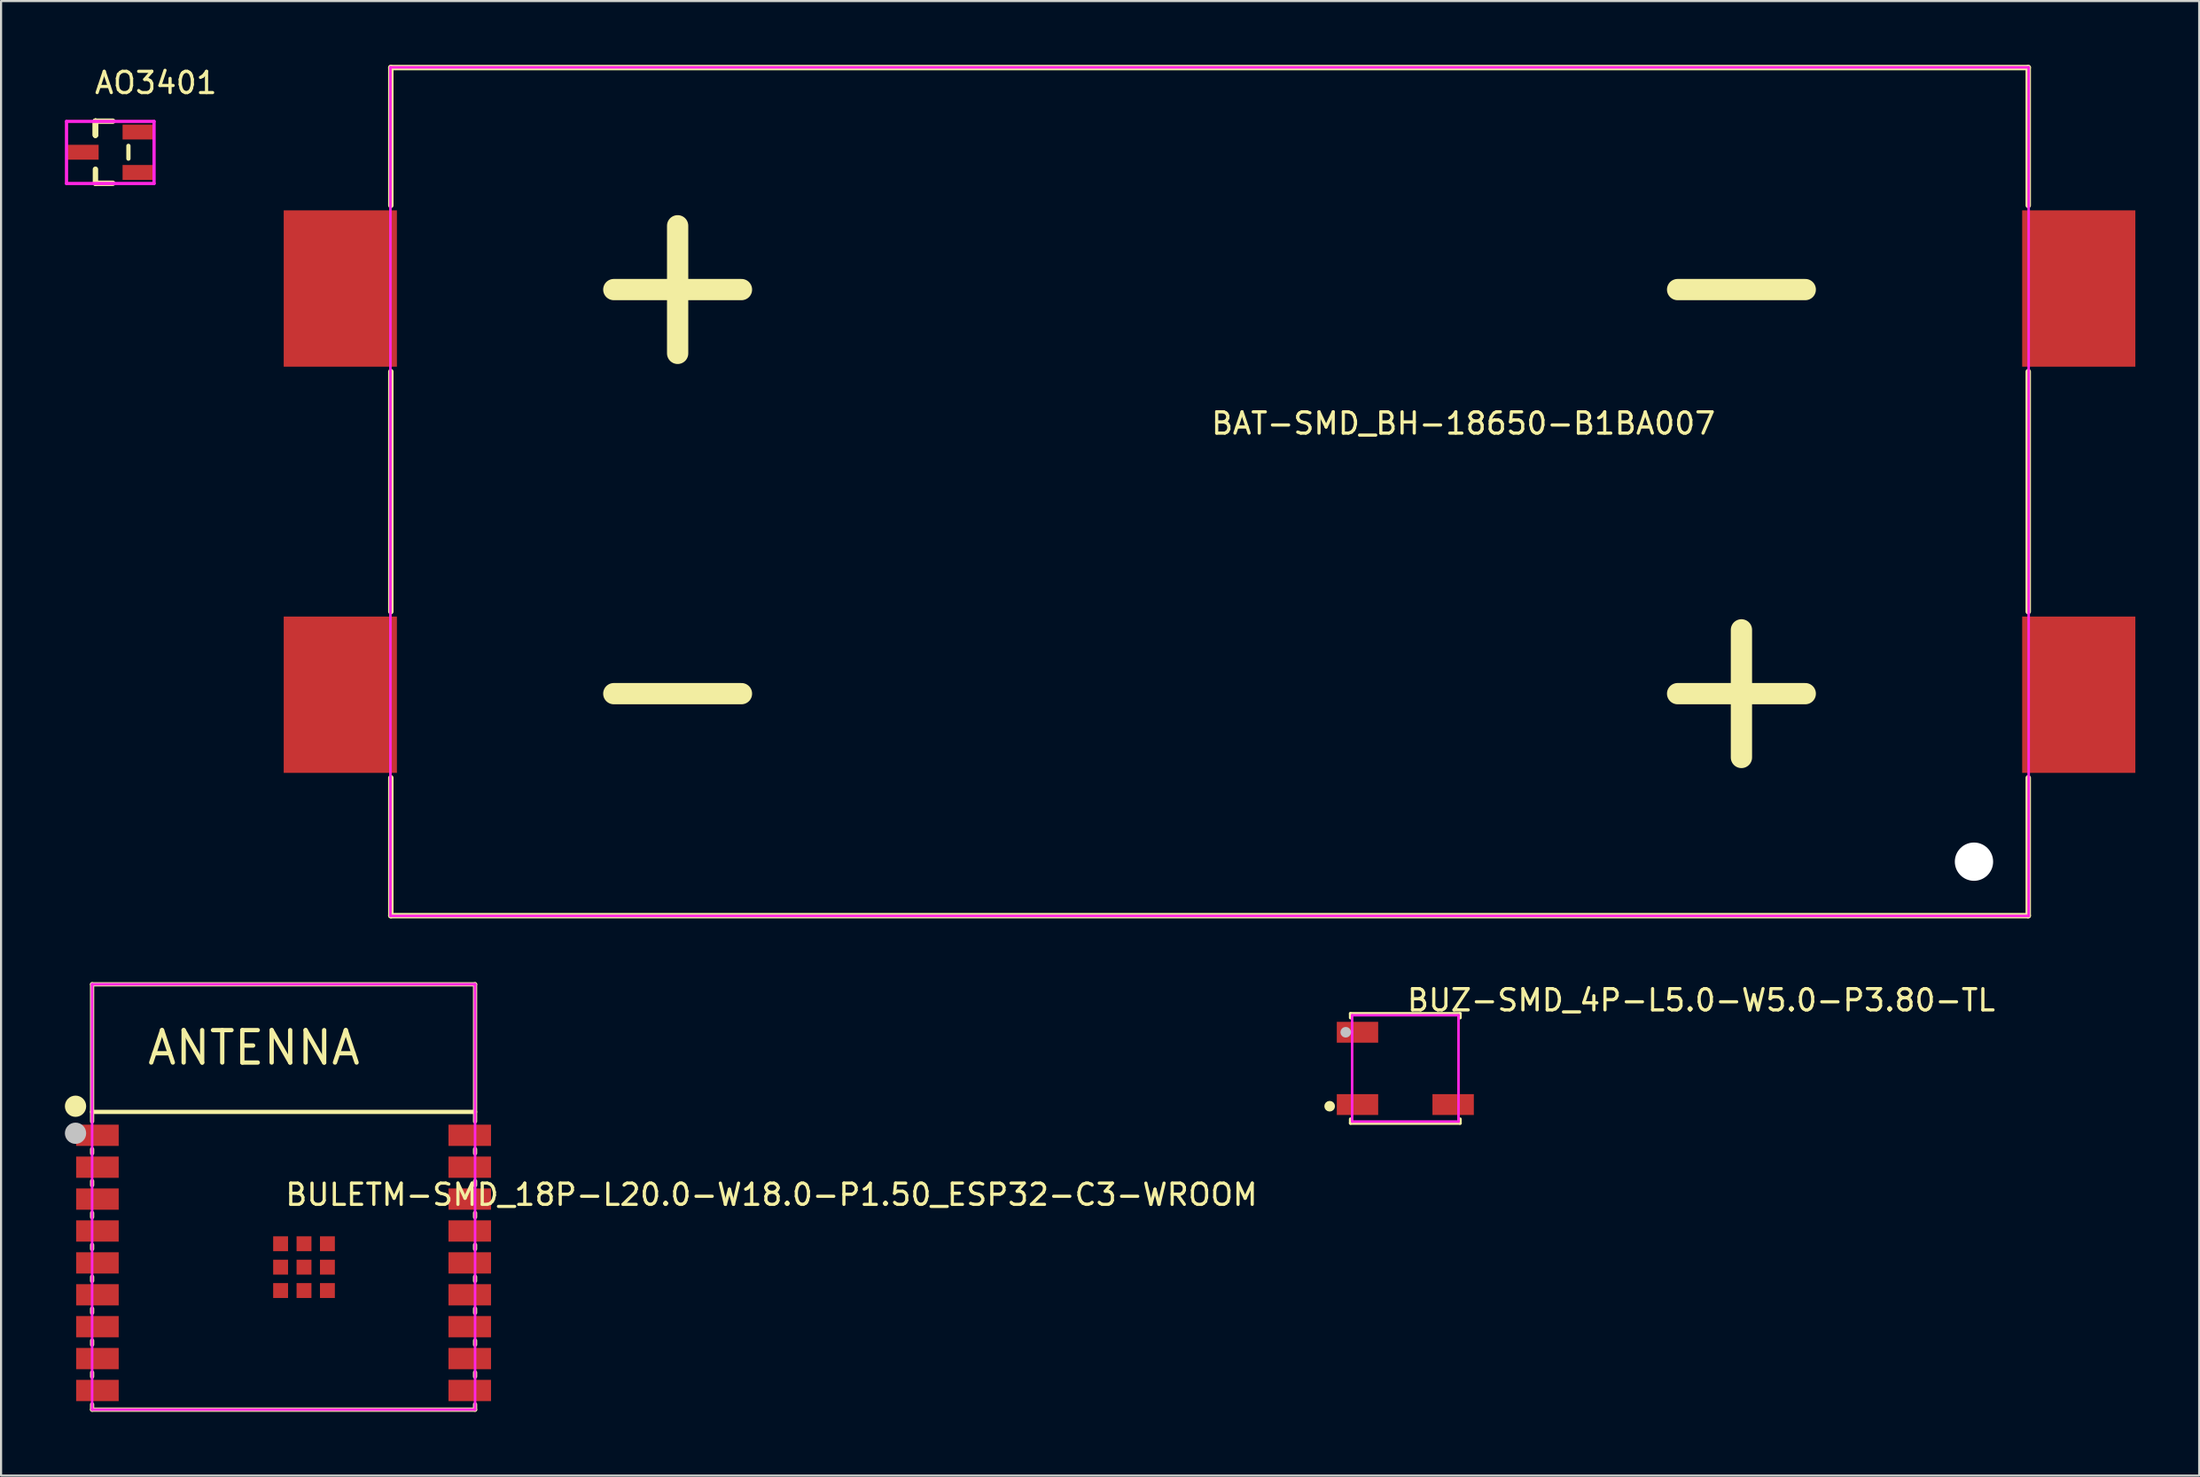
<source format=kicad_pcb>
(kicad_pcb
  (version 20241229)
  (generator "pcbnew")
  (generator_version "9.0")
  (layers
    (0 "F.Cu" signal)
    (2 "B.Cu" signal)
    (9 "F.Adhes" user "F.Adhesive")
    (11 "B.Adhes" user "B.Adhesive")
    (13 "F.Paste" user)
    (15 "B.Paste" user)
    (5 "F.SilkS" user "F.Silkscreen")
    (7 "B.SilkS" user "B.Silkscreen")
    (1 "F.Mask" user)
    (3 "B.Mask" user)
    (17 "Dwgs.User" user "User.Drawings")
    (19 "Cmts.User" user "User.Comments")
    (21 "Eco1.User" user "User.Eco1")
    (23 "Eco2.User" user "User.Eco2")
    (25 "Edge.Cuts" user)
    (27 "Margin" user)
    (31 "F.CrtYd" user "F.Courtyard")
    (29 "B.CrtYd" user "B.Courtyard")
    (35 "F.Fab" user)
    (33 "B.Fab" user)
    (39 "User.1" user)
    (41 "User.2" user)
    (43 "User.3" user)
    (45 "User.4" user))
  (footprint "BUZ-SMD_4P-L5.0-W5.0-P3.80-TL"
    (layer "F.Cu")
    (at 63.002 47.187)
    (property "Reference" "BUZ-SMD_4P-L5.0-W5.0-P3.80-TL" (at 0 -3.207 0) (layer "F.SilkS") (effects (font (size 1 1) (thickness 0.15)) (justify left)))
    (attr through_hole)
    (fp_line (start -2.576 -2.576) (end 2.576 -2.576) (stroke (width 0.152) (type solid)) (layer "F.SilkS"))
    (fp_line (start -2.576 -2.381) (end -2.576 -2.576) (stroke (width 0.152) (type solid)) (layer "F.SilkS"))
    (fp_line (start -2.576 2.381) (end -2.576 2.576) (stroke (width 0.152) (type solid)) (layer "F.SilkS"))
    (fp_line (start -2.576 2.576) (end 2.576 2.576) (stroke (width 0.152) (type solid)) (layer "F.SilkS"))
    (fp_line (start 2.576 -2.576) (end 2.576 -2.381) (stroke (width 0.152) (type solid)) (layer "F.SilkS"))
    (fp_line (start 2.576 2.576) (end 2.576 2.381) (stroke (width 0.152) (type solid)) (layer "F.SilkS"))
    (fp_circle (center -3.556 1.778) (end -3.431 1.778) (stroke (width 0.25) (type solid)) (fill no) (layer "F.SilkS"))
    (fp_circle (center -2.8 -1.7) (end -2.675 -1.7) (stroke (width 0.25) (type solid)) (fill no) (layer "Dwgs.User"))
    (fp_circle (center -2.413 -2.47) (end -2.383 -2.47) (stroke (width 0.06) (type solid)) (fill no) (layer "Eco2.User"))
    (fp_poly (pts (xy -2.5 -2.05) (xy -1.3 -2.05) (xy -1.3 -1.35) (xy -2.5 -1.35)) (stroke (width 0.12) (type solid)) (fill no) (layer "Eco2.User"))
    (fp_poly (pts (xy -2.5 1.35) (xy -1.3 1.35) (xy -1.3 2.05) (xy -2.5 2.05)) (stroke (width 0.12) (type solid)) (fill no) (layer "Eco2.User"))
    (fp_poly (pts (xy 2.5 1.35) (xy 1.3 1.35) (xy 1.3 2.05) (xy 2.5 2.05)) (stroke (width 0.12) (type solid)) (fill no) (layer "Eco2.User"))
    (fp_line (start -2.5 -2.5) (end 2.5 -2.5) (stroke (width 0.12) (type solid)) (layer "F.CrtYd"))
    (fp_line (start -2.5 2.5) (end -2.5 -2.5) (stroke (width 0.12) (type solid)) (layer "F.CrtYd"))
    (fp_line (start 2.5 -2.5) (end 2.5 2.5) (stroke (width 0.12) (type solid)) (layer "F.CrtYd"))
    (fp_line (start 2.5 2.5) (end -2.5 2.5) (stroke (width 0.12) (type solid)) (layer "F.CrtYd"))
    (pad "1" smd rect (at -2.248 1.7 270) (size 0.98 1.945) (layers "F.Cu" "F.Mask" "F.Paste"))
    (pad "2" smd rect (at 2.248 1.7 270) (size 0.98 1.945) (layers "F.Cu" "F.Mask" "F.Paste"))
    (pad "3" smd rect (at -2.248 -1.7 270) (size 0.98 1.945) (layers "F.Cu" "F.Mask" "F.Paste")))
  (footprint "BULETM-SMD_18P-L20.0-W18.0-P1.50_ESP32-C3-WROOM"
    (layer "F.Cu")
    (at 10.279 56.332)
    (property "Reference" "BULETM-SMD_18P-L20.0-W18.0-P1.50_ESP32-C3-WROOM" (at 0 -3.207 0) (layer "F.SilkS") (effects (font (size 1 1) (thickness 0.15)) (justify left)))
    (attr through_hole)
    (fp_line (start -9 -13.1) (end -9 -6.654) (stroke (width 0.2) (type solid)) (layer "F.SilkS"))
    (fp_line (start -9 -7.1) (end 9 -7.1) (stroke (width 0.2) (type solid)) (layer "F.SilkS"))
    (fp_line (start -9 -5.346) (end -9 -5.154) (stroke (width 0.2) (type solid)) (layer "F.SilkS"))
    (fp_line (start -9 -3.846) (end -9 -3.654) (stroke (width 0.2) (type solid)) (layer "F.SilkS"))
    (fp_line (start -9 -2.346) (end -9 -2.154) (stroke (width 0.2) (type solid)) (layer "F.SilkS"))
    (fp_line (start -9 -0.846) (end -9 -0.654) (stroke (width 0.2) (type solid)) (layer "F.SilkS"))
    (fp_line (start -9 0.654) (end -9 0.846) (stroke (width 0.2) (type solid)) (layer "F.SilkS"))
    (fp_line (start -9 2.154) (end -9 2.346) (stroke (width 0.2) (type solid)) (layer "F.SilkS"))
    (fp_line (start -9 3.654) (end -9 3.846) (stroke (width 0.2) (type solid)) (layer "F.SilkS"))
    (fp_line (start -9 5.154) (end -9 5.346) (stroke (width 0.2) (type solid)) (layer "F.SilkS"))
    (fp_line (start -9 6.654) (end -9 6.9) (stroke (width 0.2) (type solid)) (layer "F.SilkS"))
    (fp_line (start -9 6.9) (end 9 6.9) (stroke (width 0.2) (type solid)) (layer "F.SilkS"))
    (fp_line (start 9 -13.1) (end -9 -13.1) (stroke (width 0.2) (type solid)) (layer "F.SilkS"))
    (fp_line (start 9 -6.654) (end 9 -13.1) (stroke (width 0.2) (type solid)) (layer "F.SilkS"))
    (fp_line (start 9 -5.154) (end 9 -5.346) (stroke (width 0.2) (type solid)) (layer "F.SilkS"))
    (fp_line (start 9 -3.654) (end 9 -3.846) (stroke (width 0.2) (type solid)) (layer "F.SilkS"))
    (fp_line (start 9 -2.154) (end 9 -2.346) (stroke (width 0.2) (type solid)) (layer "F.SilkS"))
    (fp_line (start 9 -0.654) (end 9 -0.846) (stroke (width 0.2) (type solid)) (layer "F.SilkS"))
    (fp_line (start 9 0.846) (end 9 0.654) (stroke (width 0.2) (type solid)) (layer "F.SilkS"))
    (fp_line (start 9 2.346) (end 9 2.154) (stroke (width 0.2) (type solid)) (layer "F.SilkS"))
    (fp_line (start 9 3.846) (end 9 3.654) (stroke (width 0.2) (type solid)) (layer "F.SilkS"))
    (fp_line (start 9 5.346) (end 9 5.154) (stroke (width 0.2) (type solid)) (layer "F.SilkS"))
    (fp_line (start 9 6.9) (end 9 6.654) (stroke (width 0.2) (type solid)) (layer "F.SilkS"))
    (fp_circle (center -9.779 -7.366) (end -9.529 -7.366) (stroke (width 0.5) (type solid)) (fill no) (layer "F.SilkS"))
    (fp_circle (center -9.779 -6.096) (end -9.529 -6.096) (stroke (width 0.5) (type solid)) (fill no) (layer "Dwgs.User"))
    (fp_circle (center -9 -13.1) (end -8.97 -13.1) (stroke (width 0.06) (type solid)) (fill no) (layer "Eco2.User"))
    (fp_poly (pts (xy -9 -6.45) (xy -7.85 -6.45) (xy -7.85 -5.55) (xy -9 -5.55)) (stroke (width 0.12) (type solid)) (fill no) (layer "Eco2.User"))
    (fp_poly (pts (xy -9 -4.95) (xy -7.85 -4.95) (xy -7.85 -4.05) (xy -9 -4.05)) (stroke (width 0.12) (type solid)) (fill no) (layer "Eco2.User"))
    (fp_poly (pts (xy -9 -3.45) (xy -7.85 -3.45) (xy -7.85 -2.55) (xy -9 -2.55)) (stroke (width 0.12) (type solid)) (fill no) (layer "Eco2.User"))
    (fp_poly (pts (xy -9 -1.95) (xy -7.85 -1.95) (xy -7.85 -1.05) (xy -9 -1.05)) (stroke (width 0.12) (type solid)) (fill no) (layer "Eco2.User"))
    (fp_poly (pts (xy -9 -0.45) (xy -7.85 -0.45) (xy -7.85 0.45) (xy -9 0.45)) (stroke (width 0.12) (type solid)) (fill no) (layer "Eco2.User"))
    (fp_poly (pts (xy -9 1.05) (xy -7.85 1.05) (xy -7.85 1.95) (xy -9 1.95)) (stroke (width 0.12) (type solid)) (fill no) (layer "Eco2.User"))
    (fp_poly (pts (xy -9 2.55) (xy -7.85 2.55) (xy -7.85 3.45) (xy -9 3.45)) (stroke (width 0.12) (type solid)) (fill no) (layer "Eco2.User"))
    (fp_poly (pts (xy -9 4.05) (xy -7.85 4.05) (xy -7.85 4.95) (xy -9 4.95)) (stroke (width 0.12) (type solid)) (fill no) (layer "Eco2.User"))
    (fp_poly (pts (xy -9 5.55) (xy -7.85 5.55) (xy -7.85 6.45) (xy -9 6.45)) (stroke (width 0.12) (type solid)) (fill no) (layer "Eco2.User"))
    (fp_poly (pts (xy -0.49 -1.25) (xy 0.21 -1.25) (xy 0.21 -0.55) (xy -0.49 -0.55)) (stroke (width 0.12) (type solid)) (fill no) (layer "Eco2.User"))
    (fp_poly (pts (xy -0.49 -0.15) (xy 0.21 -0.15) (xy 0.21 0.55) (xy -0.49 0.55)) (stroke (width 0.12) (type solid)) (fill no) (layer "Eco2.User"))
    (fp_poly (pts (xy -0.49 0.95) (xy 0.21 0.95) (xy 0.21 1.65) (xy -0.49 1.65)) (stroke (width 0.12) (type solid)) (fill no) (layer "Eco2.User"))
    (fp_poly (pts (xy 0.61 -1.25) (xy 1.31 -1.25) (xy 1.31 -0.55) (xy 0.61 -0.55)) (stroke (width 0.12) (type solid)) (fill no) (layer "Eco2.User"))
    (fp_poly (pts (xy 0.61 -0.15) (xy 1.31 -0.15) (xy 1.31 0.55) (xy 0.61 0.55)) (stroke (width 0.12) (type solid)) (fill no) (layer "Eco2.User"))
    (fp_poly (pts (xy 0.61 0.95) (xy 1.31 0.95) (xy 1.31 1.65) (xy 0.61 1.65)) (stroke (width 0.12) (type solid)) (fill no) (layer "Eco2.User"))
    (fp_poly (pts (xy 1.71 -1.25) (xy 2.41 -1.25) (xy 2.41 -0.55) (xy 1.71 -0.55)) (stroke (width 0.12) (type solid)) (fill no) (layer "Eco2.User"))
    (fp_poly (pts (xy 1.71 -0.15) (xy 2.41 -0.15) (xy 2.41 0.55) (xy 1.71 0.55)) (stroke (width 0.12) (type solid)) (fill no) (layer "Eco2.User"))
    (fp_poly (pts (xy 1.71 0.95) (xy 2.41 0.95) (xy 2.41 1.65) (xy 1.71 1.65)) (stroke (width 0.12) (type solid)) (fill no) (layer "Eco2.User"))
    (fp_poly (pts (xy 7.85 -6.45) (xy 9 -6.45) (xy 9 -5.55) (xy 7.85 -5.55)) (stroke (width 0.12) (type solid)) (fill no) (layer "Eco2.User"))
    (fp_poly (pts (xy 7.85 -4.95) (xy 9 -4.95) (xy 9 -4.05) (xy 7.85 -4.05)) (stroke (width 0.12) (type solid)) (fill no) (layer "Eco2.User"))
    (fp_poly (pts (xy 7.85 -3.45) (xy 9 -3.45) (xy 9 -2.55) (xy 7.85 -2.55)) (stroke (width 0.12) (type solid)) (fill no) (layer "Eco2.User"))
    (fp_poly (pts (xy 7.85 -1.95) (xy 9 -1.95) (xy 9 -1.05) (xy 7.85 -1.05)) (stroke (width 0.12) (type solid)) (fill no) (layer "Eco2.User"))
    (fp_poly (pts (xy 7.85 -0.45) (xy 9 -0.45) (xy 9 0.45) (xy 7.85 0.45)) (stroke (width 0.12) (type solid)) (fill no) (layer "Eco2.User"))
    (fp_poly (pts (xy 7.85 1.05) (xy 9 1.05) (xy 9 1.95) (xy 7.85 1.95)) (stroke (width 0.12) (type solid)) (fill no) (layer "Eco2.User"))
    (fp_poly (pts (xy 7.85 2.55) (xy 9 2.55) (xy 9 3.45) (xy 7.85 3.45)) (stroke (width 0.12) (type solid)) (fill no) (layer "Eco2.User"))
    (fp_poly (pts (xy 7.85 4.05) (xy 9 4.05) (xy 9 4.95) (xy 7.85 4.95)) (stroke (width 0.12) (type solid)) (fill no) (layer "Eco2.User"))
    (fp_poly (pts (xy 7.85 5.55) (xy 9 5.55) (xy 9 6.45) (xy 7.85 6.45)) (stroke (width 0.12) (type solid)) (fill no) (layer "Eco2.User"))
    (fp_line (start -9 -13.1) (end 9 -13.1) (stroke (width 0.12) (type solid)) (layer "F.CrtYd"))
    (fp_line (start -9 6.9) (end -9 -13.1) (stroke (width 0.12) (type solid)) (layer "F.CrtYd"))
    (fp_line (start 9 -13.1) (end 9 6.9) (stroke (width 0.12) (type solid)) (layer "F.CrtYd"))
    (fp_line (start 9 6.9) (end -9 6.9) (stroke (width 0.12) (type solid)) (layer "F.CrtYd"))
    (fp_text user "ANTENNA" (at -6.5 -10.116 0) (layer "F.SilkS") (effects (font (size 1.524 1.524) (thickness 0.203)) (justify left)))
    (pad "1" smd rect (at -8.75 -6) (size 2 1) (layers "F.Cu" "F.Mask" "F.Paste"))
    (pad "2" smd rect (at -8.75 -4.5) (size 2 1) (layers "F.Cu" "F.Mask" "F.Paste"))
    (pad "3" smd rect (at -8.75 -3) (size 2 1) (layers "F.Cu" "F.Mask" "F.Paste"))
    (pad "4" smd rect (at -8.75 -1.5) (size 2 1) (layers "F.Cu" "F.Mask" "F.Paste"))
    (pad "5" smd rect (at -8.75 0) (size 2 1) (layers "F.Cu" "F.Mask" "F.Paste"))
    (pad "6" smd rect (at -8.75 1.5) (size 2 1) (layers "F.Cu" "F.Mask" "F.Paste"))
    (pad "7" smd rect (at -8.75 3) (size 2 1) (layers "F.Cu" "F.Mask" "F.Paste"))
    (pad "8" smd rect (at -8.75 4.5) (size 2 1) (layers "F.Cu" "F.Mask" "F.Paste"))
    (pad "9" smd rect (at -8.75 6) (size 2 1) (layers "F.Cu" "F.Mask" "F.Paste"))
    (pad "10" smd rect (at 8.75 6) (size 2 1) (layers "F.Cu" "F.Mask" "F.Paste"))
    (pad "11" smd rect (at 8.75 4.5) (size 2 1) (layers "F.Cu" "F.Mask" "F.Paste"))
    (pad "12" smd rect (at 8.75 3) (size 2 1) (layers "F.Cu" "F.Mask" "F.Paste"))
    (pad "13" smd rect (at 8.75 1.5) (size 2 1) (layers "F.Cu" "F.Mask" "F.Paste"))
    (pad "14" smd rect (at 8.75 0) (size 2 1) (layers "F.Cu" "F.Mask" "F.Paste"))
    (pad "15" smd rect (at 8.75 -1.5) (size 2 1) (layers "F.Cu" "F.Mask" "F.Paste"))
    (pad "16" smd rect (at 8.75 -3) (size 2 1) (layers "F.Cu" "F.Mask" "F.Paste"))
    (pad "17" smd rect (at 8.75 -4.5) (size 2 1) (layers "F.Cu" "F.Mask" "F.Paste"))
    (pad "18" smd rect (at 8.75 -6) (size 2 1) (layers "F.Cu" "F.Mask" "F.Paste"))
    (pad "19" smd rect (at -0.14 -0.9) (size 0.7 0.7) (layers "F.Cu" "F.Mask" "F.Paste"))
    (pad "19" smd rect (at -0.14 0.2) (size 0.7 0.7) (layers "F.Cu" "F.Mask" "F.Paste"))
    (pad "19" smd rect (at -0.14 1.3) (size 0.7 0.7) (layers "F.Cu" "F.Mask" "F.Paste"))
    (pad "19" smd rect (at 0.96 -0.9) (size 0.7 0.7) (layers "F.Cu" "F.Mask" "F.Paste"))
    (pad "19" smd rect (at 0.96 0.2) (size 0.7 0.7) (layers "F.Cu" "F.Mask" "F.Paste"))
    (pad "19" smd rect (at 0.96 1.3) (size 0.7 0.7) (layers "F.Cu" "F.Mask" "F.Paste"))
    (pad "19" smd rect (at 2.06 -0.9) (size 0.7 0.7) (layers "F.Cu" "F.Mask" "F.Paste"))
    (pad "19" smd rect (at 2.06 0.2) (size 0.7 0.7) (layers "F.Cu" "F.Mask" "F.Paste"))
    (pad "19" smd rect (at 2.06 1.3) (size 0.7 0.7) (layers "F.Cu" "F.Mask" "F.Paste")))
  (footprint "BAT-SMD_BH-18650-B1BA007"
    (layer "F.Cu")
    (at 53.8 20.066)
    (property "Reference" "BAT-SMD_BH-18650-B1BA007" (at 0 -3.207 0) (layer "F.SilkS") (effects (font (size 1 1) (thickness 0.15)) (justify left)))
    (attr through_hole)
    (fp_line (start -38.481 -19.939) (end 38.481 -19.939) (stroke (width 0.254) (type solid)) (layer "F.SilkS"))
    (fp_line (start -38.481 -13.456) (end -38.481 -19.939) (stroke (width 0.254) (type solid)) (layer "F.SilkS"))
    (fp_line (start -38.481 5.644) (end -38.481 -5.644) (stroke (width 0.254) (type solid)) (layer "F.SilkS"))
    (fp_line (start -38.481 19.939) (end -38.481 13.456) (stroke (width 0.254) (type solid)) (layer "F.SilkS"))
    (fp_line (start -28 -9.5) (end -22 -9.5) (stroke (width 1) (type default)) (layer "F.SilkS"))
    (fp_line (start -28 9.5) (end -22 9.5) (stroke (width 1) (type default)) (layer "F.SilkS"))
    (fp_line (start -25 -12.5) (end -25 -6.5) (stroke (width 1) (type default)) (layer "F.SilkS"))
    (fp_line (start 22 -9.5) (end 28 -9.5) (stroke (width 1) (type default)) (layer "F.SilkS"))
    (fp_line (start 22 9.5) (end 28 9.5) (stroke (width 1) (type default)) (layer "F.SilkS"))
    (fp_line (start 25 6.5) (end 25 12.5) (stroke (width 1) (type default)) (layer "F.SilkS"))
    (fp_line (start 38.481 -19.939) (end 38.481 -13.456) (stroke (width 0.254) (type solid)) (layer "F.SilkS"))
    (fp_line (start 38.481 -5.644) (end 38.481 5.644) (stroke (width 0.254) (type solid)) (layer "F.SilkS"))
    (fp_line (start 38.481 13.456) (end 38.481 19.939) (stroke (width 0.254) (type solid)) (layer "F.SilkS"))
    (fp_line (start 38.481 19.939) (end -38.481 19.939) (stroke (width 0.254) (type solid)) (layer "F.SilkS"))
    (fp_circle (center 35.93 17.4) (end 36.323 17.4) (stroke (width 0.785) (type solid)) (fill no) (layer "Dwgs.User"))
    (fp_circle (center -42 -19.95) (end -41.97 -19.95) (stroke (width 0.06) (type solid)) (fill no) (layer "Eco2.User"))
    (fp_poly (pts (xy -42 -6.375) (xy -42 -12.725) (xy -38 -12.725) (xy -38 -6.375)) (stroke (width 0.12) (type solid)) (fill no) (layer "Eco2.User"))
    (fp_poly (pts (xy -42 12.725) (xy -42 6.375) (xy -38 6.375) (xy -38 12.725)) (stroke (width 0.12) (type solid)) (fill no) (layer "Eco2.User"))
    (fp_poly (pts (xy 38 -6.375) (xy 38 -12.725) (xy 42 -12.725) (xy 42 -6.375)) (stroke (width 0.12) (type solid)) (fill no) (layer "Eco2.User"))
    (fp_poly (pts (xy 38 12.725) (xy 38 6.375) (xy 42 6.375) (xy 42 12.725)) (stroke (width 0.12) (type solid)) (fill no) (layer "Eco2.User"))
    (fp_line (start -38.5 -19.95) (end 38.5 -19.95) (stroke (width 0.12) (type solid)) (layer "F.CrtYd"))
    (fp_line (start -38.5 19.95) (end -38.5 -19.95) (stroke (width 0.12) (type solid)) (layer "F.CrtYd"))
    (fp_line (start 38.5 -19.95) (end 38.5 19.95) (stroke (width 0.12) (type solid)) (layer "F.CrtYd"))
    (fp_line (start 38.5 19.95) (end -38.5 19.95) (stroke (width 0.12) (type solid)) (layer "F.CrtYd"))
    (pad "" np_thru_hole circle (at 35.93 17.4) (size 1.8 1.8) (drill 1.8) (layers "*.Cu" "*.Mask"))
    (pad "1" smd rect (at -40.855 -9.55) (size 5.32 7.35) (layers "F.Cu" "F.Mask" "F.Paste"))
    (pad "2" smd rect (at 40.855 -9.55) (size 5.32 7.35) (layers "F.Cu" "F.Mask" "F.Paste"))
    (pad "3" smd rect (at 40.855 9.55) (size 5.32 7.35) (layers "F.Cu" "F.Mask" "F.Paste"))
    (pad "4" smd rect (at -40.855 9.55) (size 5.32 7.35) (layers "F.Cu" "F.Mask" "F.Paste")))
  (footprint "AO3401"
    (layer "F.Cu")
    (at 1.321 4.055)
    (property "Reference" "AO3401" (at 0 -3.207 0) (layer "F.SilkS") (effects (font (size 1 1) (thickness 0.15)) (justify left)))
    (attr through_hole)
    (fp_line (start 0.115 -1.407) (end 0.115 -0.747) (stroke (width 0.254) (type solid)) (layer "F.SilkS"))
    (fp_line (start 0.115 -1.407) (end 0.93 -1.407) (stroke (width 0.254) (type solid)) (layer "F.SilkS"))
    (fp_line (start 0.115 -0.747) (end 0.115 -1.407) (stroke (width 0.254) (type solid)) (layer "F.SilkS"))
    (fp_line (start 0.115 -0.747) (end 0.115 -1.407) (stroke (width 0.254) (type solid)) (layer "F.SilkS"))
    (fp_line (start 0.115 1.513) (end 0.115 0.853) (stroke (width 0.254) (type solid)) (layer "F.SilkS"))
    (fp_line (start 0.93 1.513) (end 0.115 1.513) (stroke (width 0.254) (type solid)) (layer "F.SilkS"))
    (fp_line (start 1.665 0.353) (end 1.665 -0.247) (stroke (width 0.2) (type solid)) (layer "F.SilkS"))
    (fp_line (start -1.245 -1.397) (end 2.87 -1.397) (stroke (width 0.152) (type solid)) (layer "F.CrtYd"))
    (fp_line (start -1.245 1.524) (end -1.245 -1.397) (stroke (width 0.152) (type solid)) (layer "F.CrtYd"))
    (fp_line (start 2.87 -1.397) (end 2.87 1.524) (stroke (width 0.152) (type solid)) (layer "F.CrtYd"))
    (fp_line (start 2.87 1.524) (end -1.245 1.524) (stroke (width 0.152) (type solid)) (layer "F.CrtYd"))
    (pad "1" smd rect (at 2.14 1.003 270) (size 0.7 1.5) (layers "F.Cu" "F.Mask" "F.Paste"))
    (pad "2" smd rect (at 2.14 -0.897 270) (size 0.7 1.5) (layers "F.Cu" "F.Mask" "F.Paste"))
    (pad "3" smd rect (at -0.485 0.053 270) (size 0.7 1.5) (layers "F.Cu" "F.Mask" "F.Paste")))
  (gr_rect
    (start -3 -3)
    (end 100.315 66.332)
    (stroke (width 0.1) (type default))
    (fill no)
    (layer "Edge.Cuts")))
</source>
